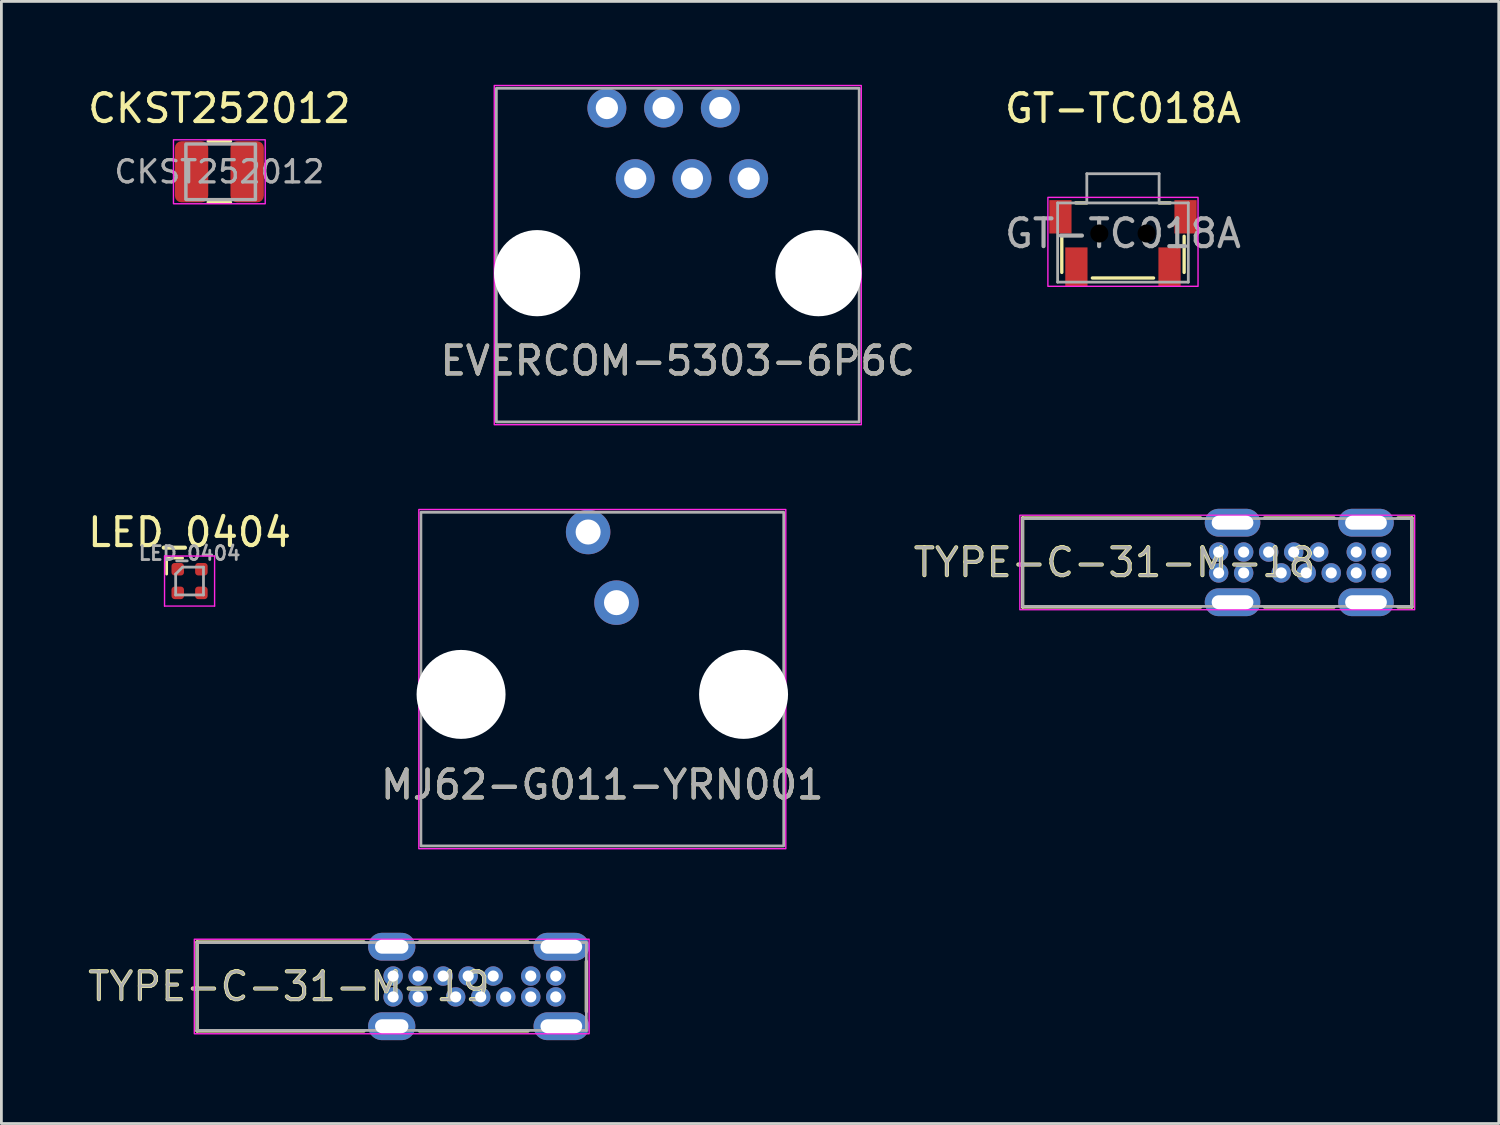
<source format=kicad_pcb>
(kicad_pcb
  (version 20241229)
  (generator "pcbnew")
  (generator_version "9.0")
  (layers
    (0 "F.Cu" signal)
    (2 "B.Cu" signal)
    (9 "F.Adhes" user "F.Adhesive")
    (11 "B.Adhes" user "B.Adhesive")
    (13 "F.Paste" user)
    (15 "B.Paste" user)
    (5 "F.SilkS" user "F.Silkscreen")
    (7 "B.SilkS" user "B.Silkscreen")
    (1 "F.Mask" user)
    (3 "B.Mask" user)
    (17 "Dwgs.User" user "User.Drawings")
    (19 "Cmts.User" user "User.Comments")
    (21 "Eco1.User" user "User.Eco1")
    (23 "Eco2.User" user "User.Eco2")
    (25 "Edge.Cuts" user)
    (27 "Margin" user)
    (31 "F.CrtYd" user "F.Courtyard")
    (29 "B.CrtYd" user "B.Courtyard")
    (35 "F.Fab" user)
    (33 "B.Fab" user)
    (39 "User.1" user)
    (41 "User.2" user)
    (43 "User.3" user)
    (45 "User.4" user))
  (footprint "MJ62-G011-YRN001"
    (layer "F.Cu")
    (at 18.613 21.375)
    (property "Reference" "MJ62-G011-YRN001" (at 0 3.8 0) (layer "F.SilkS") (effects (font (size 1 1) (thickness 0.15))))
    (attr through_hole)
    (fp_rect (start -6.6 -6.1) (end 6.6 6.1) (stroke (width 0.05) (type solid)) (fill no) (layer "F.CrtYd"))
    (fp_rect (start -6.525 -6) (end 6.525 6) (stroke (width 0.1) (type solid)) (fill no) (layer "F.Fab"))
    (fp_text user "${REFERENCE}" (at 0 3.8 0) (layer "F.Fab") (effects (font (size 1 1) (thickness 0.15))))
    (pad "" np_thru_hole circle (at -5.08 0.55) (size 3.2 3.2) (drill 3.2) (layers "*.Cu" "*.Mask"))
    (pad "" np_thru_hole circle (at 5.08 0.55) (size 3.2 3.2) (drill 3.2) (layers "*.Cu" "*.Mask"))
    (pad "3" thru_hole circle (at -0.51 -5.29) (size 1.6 1.6) (drill 0.9) (layers "*.Cu" "*.Mask"))
    (pad "4" thru_hole circle (at 0.51 -2.75) (size 1.6 1.6) (drill 0.9) (layers "*.Cu" "*.Mask")))
  (footprint "TYPE-C-31-M-18"
    (layer "F.Cu")
    (at 33.73 17.18)
    (property "Reference" "TYPE-C-31-M-18" (at 3.3 0 0) (layer "F.SilkS") (effects (font (size 1 1) (thickness 0.15))))
    (attr smd)
    (fp_line (start 0 -1.6) (end 6.4 -1.6) (stroke (width 0.12) (type default)) (layer "F.SilkS"))
    (fp_line (start 0 1.6) (end 0 -1.6) (stroke (width 0.12) (type default)) (layer "F.SilkS"))
    (fp_line (start 6.4 1.6) (end 0 1.6) (stroke (width 0.12) (type default)) (layer "F.SilkS"))
    (fp_line (start 8.7 -1.6) (end 11.2 -1.6) (stroke (width 0.12) (type default)) (layer "F.SilkS"))
    (fp_line (start 11.2 1.6) (end 8.7 1.6) (stroke (width 0.12) (type default)) (layer "F.SilkS"))
    (fp_line (start 14 -1.6) (end 13.5 -1.6) (stroke (width 0.12) (type default)) (layer "F.SilkS"))
    (fp_line (start 14 -1.6) (end 14 1.6) (stroke (width 0.12) (type default)) (layer "F.SilkS"))
    (fp_line (start 14 1.6) (end 13.5 1.6) (stroke (width 0.12) (type default)) (layer "F.SilkS"))
    (fp_rect (start 14.1 -1.7) (end -0.1 1.7) (stroke (width 0.05) (type solid)) (fill no) (layer "F.CrtYd"))
    (fp_line (start 0 -1.58) (end 14 -1.58) (stroke (width 0.1) (type solid)) (layer "F.Fab"))
    (fp_line (start 0 1.58) (end 0 -1.58) (stroke (width 0.1) (type solid)) (layer "F.Fab"))
    (fp_line (start 0 1.58) (end 14 1.58) (stroke (width 0.1) (type solid)) (layer "F.Fab"))
    (fp_line (start 14 1.58) (end 14 -1.58) (stroke (width 0.1) (type solid)) (layer "F.Fab"))
    (fp_text user "${REFERENCE}" (at 3.3 0 0) (layer "F.Fab") (effects (font (size 1 1) (thickness 0.1))))
    (pad "A1" thru_hole circle (at 7.05 -0.375) (size 0.7 0.7) (drill 0.4) (layers "*.Cu" "*.Mask"))
    (pad "A4" thru_hole circle (at 7.95 -0.375) (size 0.7 0.7) (drill 0.4) (layers "*.Cu" "*.Mask"))
    (pad "A5" thru_hole circle (at 8.85 -0.375) (size 0.7 0.7) (drill 0.4) (layers "*.Cu" "*.Mask") (remove_unused_layers yes) (keep_end_layers yes) (zone_layer_connections))
    (pad "A6" thru_hole circle (at 9.75 -0.375) (size 0.7 0.7) (drill 0.4) (layers "*.Cu" "*.Mask") (remove_unused_layers yes) (keep_end_layers yes) (zone_layer_connections))
    (pad "A7" thru_hole circle (at 10.65 -0.375) (size 0.7 0.7) (drill 0.4) (layers "*.Cu" "*.Mask") (remove_unused_layers yes) (keep_end_layers yes) (zone_layer_connections))
    (pad "A9" thru_hole circle (at 12 -0.375) (size 0.7 0.7) (drill 0.4) (layers "*.Cu" "*.Mask"))
    (pad "A12" thru_hole circle (at 12.9 -0.375) (size 0.7 0.7) (drill 0.4) (layers "*.Cu" "*.Mask"))
    (pad "B1" thru_hole circle (at 12.9 0.375) (size 0.7 0.7) (drill 0.4) (layers "*.Cu" "*.Mask"))
    (pad "B4" thru_hole circle (at 12 0.375) (size 0.7 0.7) (drill 0.4) (layers "*.Cu" "*.Mask"))
    (pad "B5" thru_hole circle (at 11.1 0.375) (size 0.7 0.7) (drill 0.4) (layers "*.Cu" "*.Mask") (remove_unused_layers yes) (keep_end_layers yes) (zone_layer_connections))
    (pad "B6" thru_hole circle (at 10.2 0.375) (size 0.7 0.7) (drill 0.4) (layers "*.Cu" "*.Mask") (remove_unused_layers yes) (keep_end_layers yes) (zone_layer_connections))
    (pad "B7" thru_hole circle (at 9.3 0.375) (size 0.7 0.7) (drill 0.4) (layers "*.Cu" "*.Mask") (remove_unused_layers yes) (keep_end_layers yes) (zone_layer_connections))
    (pad "B9" thru_hole circle (at 7.95 0.375) (size 0.7 0.7) (drill 0.4) (layers "*.Cu" "*.Mask"))
    (pad "B12" thru_hole circle (at 7.05 0.375) (size 0.7 0.7) (drill 0.4) (layers "*.Cu" "*.Mask"))
    (pad "S1" thru_hole oval (at 7.55 -1.43 90) (size 1 2) (drill oval 0.5 1.5) (layers "*.Cu" "*.Mask"))
    (pad "S1" thru_hole oval (at 7.55 1.43 90) (size 1 2) (drill oval 0.5 1.5) (layers "*.Cu" "*.Mask"))
    (pad "S1" thru_hole oval (at 12.35 -1.43 90) (size 1 2) (drill oval 0.5 1.5) (layers "*.Cu" "*.Mask"))
    (pad "S1" thru_hole oval (at 12.35 1.43 90) (size 1 2) (drill oval 0.5 1.5) (layers "*.Cu" "*.Mask")))
  (footprint "CKST252012"
    (layer "F.Cu")
    (at 4.839 3.128)
    (property "Reference" "CKST252012" (at 0 -2.28 0) (layer "F.SilkS") (effects (font (size 1 1) (thickness 0.15))))
    (attr smd)
    (fp_line (start -0.4 -1.1) (end 0.4 -1.1) (stroke (width 0.12) (type solid)) (layer "F.SilkS"))
    (fp_line (start -0.4 1.1) (end 0.4 1.1) (stroke (width 0.12) (type solid)) (layer "F.SilkS"))
    (fp_rect (start -1.65 -1.15) (end 1.65 1.15) (stroke (width 0.05) (type solid)) (fill no) (layer "F.CrtYd"))
    (fp_rect (start -1.25 -1) (end 1.25 1) (stroke (width 0.02) (type solid)) (fill no) (layer "F.Fab"))
    (fp_rect (start -1.2 -1) (end 1.3 1) (stroke (width 0.12) (type solid)) (fill no) (layer "F.Fab"))
    (fp_text user "${REFERENCE}" (at 0 0 0) (layer "F.Fab") (effects (font (size 0.8 0.8) (thickness 0.12))))
    (pad "1" smd roundrect (at -1 0) (size 1.2 2.2) (layers "F.Cu" "F.Mask" "F.Paste") (roundrect_rratio 0.2))
    (pad "2" smd roundrect (at 1 0) (size 1.2 2.2) (layers "F.Cu" "F.Mask" "F.Paste") (roundrect_rratio 0.2)))
  (footprint "LED_0404"
    (layer "F.Cu")
    (at 3.768 17.848)
    (property "Reference" "LED_0404" (at 0 -1.75 0) (layer "F.SilkS") (effects (font (size 1 1) (thickness 0.15))))
    (attr smd)
    (fp_line (start -0.825 -0.825) (end -0.825 -0.25) (stroke (width 0.1) (type solid)) (layer "F.SilkS"))
    (fp_line (start -0.25 -0.825) (end -0.825 -0.825) (stroke (width 0.1) (type solid)) (layer "F.SilkS"))
    (fp_line (start -0.9 -0.9) (end -0.9 0.9) (stroke (width 0.05) (type solid)) (layer "F.CrtYd"))
    (fp_line (start -0.9 0.9) (end 0.9 0.9) (stroke (width 0.05) (type solid)) (layer "F.CrtYd"))
    (fp_line (start 0.9 -0.9) (end -0.9 -0.9) (stroke (width 0.05) (type solid)) (layer "F.CrtYd"))
    (fp_line (start 0.9 0.9) (end 0.9 -0.9) (stroke (width 0.05) (type solid)) (layer "F.CrtYd"))
    (fp_line (start -0.5 -0.25) (end -0.5 0.5) (stroke (width 0.1) (type solid)) (layer "F.Fab"))
    (fp_line (start -0.5 0.5) (end 0.5 0.5) (stroke (width 0.1) (type solid)) (layer "F.Fab"))
    (fp_line (start -0.25 -0.5) (end -0.5 -0.25) (stroke (width 0.1) (type solid)) (layer "F.Fab"))
    (fp_line (start 0.5 -0.5) (end -0.25 -0.5) (stroke (width 0.1) (type solid)) (layer "F.Fab"))
    (fp_line (start 0.5 0.5) (end 0.5 -0.5) (stroke (width 0.1) (type solid)) (layer "F.Fab"))
    (fp_text user "${REFERENCE}" (at 0 -1 0) (layer "F.Fab") (effects (font (size 0.5 0.5) (thickness 0.1))))
    (pad "1" smd roundrect (at -0.425 -0.425) (size 0.45 0.45) (layers "F.Cu" "F.Mask" "F.Paste") (roundrect_rratio 0.25))
    (pad "2" smd roundrect (at 0.425 -0.425) (size 0.45 0.45) (layers "F.Cu" "F.Mask" "F.Paste") (roundrect_rratio 0.25))
    (pad "3" smd roundrect (at 0.425 0.425) (size 0.45 0.45) (layers "F.Cu" "F.Mask" "F.Paste") (roundrect_rratio 0.25))
    (pad "4" smd roundrect (at -0.425 0.425) (size 0.45 0.45) (layers "F.Cu" "F.Mask" "F.Paste") (roundrect_rratio 0.25)))
  (footprint "EVERCOM-5303-6P6C"
    (layer "F.Cu")
    (at 21.327 6.125)
    (property "Reference" "EVERCOM-5303-6P6C" (at 0 3.8 0) (layer "F.SilkS") (effects (font (size 1 1) (thickness 0.15))))
    (attr through_hole)
    (fp_rect (start -6.6 -6.1) (end 6.6 6.1) (stroke (width 0.05) (type solid)) (fill no) (layer "F.CrtYd"))
    (fp_rect (start -6.525 -6) (end 6.525 6) (stroke (width 0.1) (type solid)) (fill no) (layer "F.Fab"))
    (fp_text user "${REFERENCE}" (at 0 3.8 0) (layer "F.Fab") (effects (font (size 1 1) (thickness 0.15))))
    (pad "" np_thru_hole circle (at -5.06 0.65) (size 3.1 3.1) (drill 3.1) (layers "*.Cu" "*.Mask"))
    (pad "" np_thru_hole circle (at 5.06 0.65) (size 3.1 3.1) (drill 3.1) (layers "*.Cu" "*.Mask"))
    (pad "1" thru_hole circle (at -2.55 -5.29) (size 1.4 1.4) (drill 0.8) (layers "*.Cu" "*.Mask"))
    (pad "2" thru_hole circle (at -1.53 -2.75) (size 1.4 1.4) (drill 0.8) (layers "*.Cu" "*.Mask"))
    (pad "3" thru_hole circle (at -0.51 -5.29) (size 1.4 1.4) (drill 0.8) (layers "*.Cu" "*.Mask"))
    (pad "4" thru_hole circle (at 0.51 -2.75) (size 1.4 1.4) (drill 0.8) (layers "*.Cu" "*.Mask"))
    (pad "5" thru_hole circle (at 1.53 -5.29) (size 1.4 1.4) (drill 0.8) (layers "*.Cu" "*.Mask"))
    (pad "6" thru_hole circle (at 2.55 -2.75) (size 1.4 1.4) (drill 0.8) (layers "*.Cu" "*.Mask")))
  (footprint "GT-TC018A"
    (layer "F.Cu")
    (at 37.339 5.348)
    (property "Reference" "GT-TC018A" (at 0 -4.5 0) (layer "F.SilkS") (effects (font (size 1 1) (thickness 0.15))))
    (attr smd)
    (fp_line (start -2.2 1.4) (end -2.2 0.1) (stroke (width 0.12) (type solid)) (layer "F.SilkS"))
    (fp_line (start -1.3 -1.1) (end -1.7 -1.1) (stroke (width 0.12) (type solid)) (layer "F.SilkS"))
    (fp_line (start 1.1 1.6) (end -1.1 1.6) (stroke (width 0.12) (type solid)) (layer "F.SilkS"))
    (fp_line (start 1.7 -1.1) (end 1.3 -1.1) (stroke (width 0.12) (type solid)) (layer "F.SilkS"))
    (fp_line (start 2.2 1.4) (end 2.2 0.1) (stroke (width 0.12) (type solid)) (layer "F.SilkS"))
    (fp_rect (start -2.7 -1.3) (end 2.7 1.9) (stroke (width 0.05) (type solid)) (fill no) (layer "F.CrtYd"))
    (fp_line (start -2.35 1.75) (end -2.35 -1.1) (stroke (width 0.1) (type solid)) (layer "F.Fab"))
    (fp_line (start -1.3 -2.15) (end -1.3 -1.1) (stroke (width 0.1) (type solid)) (layer "F.Fab"))
    (fp_line (start 1.3 -2.15) (end -1.3 -2.15) (stroke (width 0.1) (type solid)) (layer "F.Fab"))
    (fp_line (start 1.3 -2.15) (end 1.3 -1.1) (stroke (width 0.1) (type solid)) (layer "F.Fab"))
    (fp_line (start 2.35 -1.1) (end -2.35 -1.1) (stroke (width 0.1) (type solid)) (layer "F.Fab"))
    (fp_line (start 2.35 1.75) (end -2.35 1.75) (stroke (width 0.1) (type solid)) (layer "F.Fab"))
    (fp_line (start 2.35 1.75) (end 2.35 -1.1) (stroke (width 0.1) (type solid)) (layer "F.Fab"))
    (fp_text user "${REFERENCE}" (at 0 0 0) (layer "F.Fab") (effects (font (size 1 1) (thickness 0.15))))
    (pad "" smd rect (at -2.25 -0.6 180) (size 0.8 1.2) (layers "F.Cu" "F.Mask" "F.Paste"))
    (pad "" np_thru_hole circle (at -0.85 0 180) (size 0.65 0.65) (drill 0.65) (layers "*.Mask"))
    (pad "" np_thru_hole circle (at 0.85 0 180) (size 0.65 0.65) (drill 0.65) (layers "*.Mask"))
    (pad "" smd rect (at 2.25 -0.6 180) (size 0.8 1.2) (layers "F.Cu" "F.Mask" "F.Paste"))
    (pad "1" smd rect (at -1.675 1.2 180) (size 0.8 1.4) (layers "F.Cu" "F.Mask" "F.Paste"))
    (pad "2" smd rect (at 1.675 1.2 180) (size 0.8 1.4) (layers "F.Cu" "F.Mask" "F.Paste")))
  (footprint "TYPE-C-31-M-19"
    (layer "F.Cu")
    (at 4.039 32.43)
    (property "Reference" "TYPE-C-31-M-19" (at 3.3 0 0) (layer "F.SilkS") (effects (font (size 1 1) (thickness 0.15))))
    (attr smd)
    (fp_line (start 0 -1.6) (end 6 -1.6) (stroke (width 0.12) (type default)) (layer "F.SilkS"))
    (fp_line (start 0 1.6) (end 0 -1.6) (stroke (width 0.12) (type default)) (layer "F.SilkS"))
    (fp_line (start 6 1.6) (end 0 1.6) (stroke (width 0.12) (type default)) (layer "F.SilkS"))
    (fp_line (start 8 -1.6) (end 11.9 -1.6) (stroke (width 0.12) (type default)) (layer "F.SilkS"))
    (fp_line (start 11.9 1.6) (end 8 1.6) (stroke (width 0.12) (type default)) (layer "F.SilkS"))
    (fp_line (start 14 -0.9) (end 14 0.9) (stroke (width 0.12) (type default)) (layer "F.SilkS"))
    (fp_rect (start 14.1 -1.7) (end -0.1 1.7) (stroke (width 0.05) (type solid)) (fill no) (layer "F.CrtYd"))
    (fp_line (start 0 -1.58) (end 14 -1.58) (stroke (width 0.1) (type solid)) (layer "F.Fab"))
    (fp_line (start 0 1.58) (end 0 -1.58) (stroke (width 0.1) (type solid)) (layer "F.Fab"))
    (fp_line (start 0 1.58) (end 14 1.58) (stroke (width 0.1) (type solid)) (layer "F.Fab"))
    (fp_line (start 14 1.58) (end 14 -1.58) (stroke (width 0.1) (type solid)) (layer "F.Fab"))
    (fp_text user "${REFERENCE}" (at 3.3 0 0) (layer "F.Fab") (effects (font (size 1 1) (thickness 0.1))))
    (pad "A1" thru_hole circle (at 7.05 -0.375) (size 0.7 0.7) (drill 0.4) (layers "*.Cu" "*.Mask"))
    (pad "A4" thru_hole circle (at 7.95 -0.375) (size 0.7 0.7) (drill 0.4) (layers "*.Cu" "*.Mask"))
    (pad "A5" thru_hole circle (at 8.85 -0.375) (size 0.7 0.7) (drill 0.4) (layers "*.Cu" "*.Mask") (remove_unused_layers yes) (keep_end_layers yes) (zone_layer_connections))
    (pad "A6" thru_hole circle (at 9.75 -0.375) (size 0.7 0.7) (drill 0.4) (layers "*.Cu" "*.Mask") (remove_unused_layers yes) (keep_end_layers yes) (zone_layer_connections))
    (pad "A7" thru_hole circle (at 10.65 -0.375) (size 0.7 0.7) (drill 0.4) (layers "*.Cu" "*.Mask") (remove_unused_layers yes) (keep_end_layers yes) (zone_layer_connections))
    (pad "A9" thru_hole circle (at 12 -0.375) (size 0.7 0.7) (drill 0.4) (layers "*.Cu" "*.Mask"))
    (pad "A12" thru_hole circle (at 12.9 -0.375) (size 0.7 0.7) (drill 0.4) (layers "*.Cu" "*.Mask"))
    (pad "B1" thru_hole circle (at 12.9 0.375) (size 0.7 0.7) (drill 0.4) (layers "*.Cu" "*.Mask"))
    (pad "B4" thru_hole circle (at 12 0.375) (size 0.7 0.7) (drill 0.4) (layers "*.Cu" "*.Mask"))
    (pad "B5" thru_hole circle (at 11.1 0.375) (size 0.7 0.7) (drill 0.4) (layers "*.Cu" "*.Mask") (remove_unused_layers yes) (keep_end_layers yes) (zone_layer_connections))
    (pad "B6" thru_hole circle (at 10.2 0.375) (size 0.7 0.7) (drill 0.4) (layers "*.Cu" "*.Mask") (remove_unused_layers yes) (keep_end_layers yes) (zone_layer_connections))
    (pad "B7" thru_hole circle (at 9.3 0.375) (size 0.7 0.7) (drill 0.4) (layers "*.Cu" "*.Mask") (remove_unused_layers yes) (keep_end_layers yes) (zone_layer_connections))
    (pad "B9" thru_hole circle (at 7.95 0.375) (size 0.7 0.7) (drill 0.4) (layers "*.Cu" "*.Mask"))
    (pad "B12" thru_hole circle (at 7.05 0.375) (size 0.7 0.7) (drill 0.4) (layers "*.Cu" "*.Mask"))
    (pad "S1" thru_hole oval (at 7 -1.43 90) (size 1 1.7) (drill oval 0.5 1.2) (layers "*.Cu" "*.Mask"))
    (pad "S1" thru_hole oval (at 7 1.43 90) (size 1 1.7) (drill oval 0.5 1.2) (layers "*.Cu" "*.Mask"))
    (pad "S1" thru_hole oval (at 13.1 -1.43 90) (size 1 2) (drill oval 0.5 1.5) (layers "*.Cu" "*.Mask"))
    (pad "S1" thru_hole oval (at 13.1 1.43 90) (size 1 2) (drill oval 0.5 1.5) (layers "*.Cu" "*.Mask")))
  (gr_rect
    (start -3 -3)
    (end 50.855 37.36)
    (stroke (width 0.1) (type default))
    (fill no)
    (layer "Edge.Cuts")))
</source>
